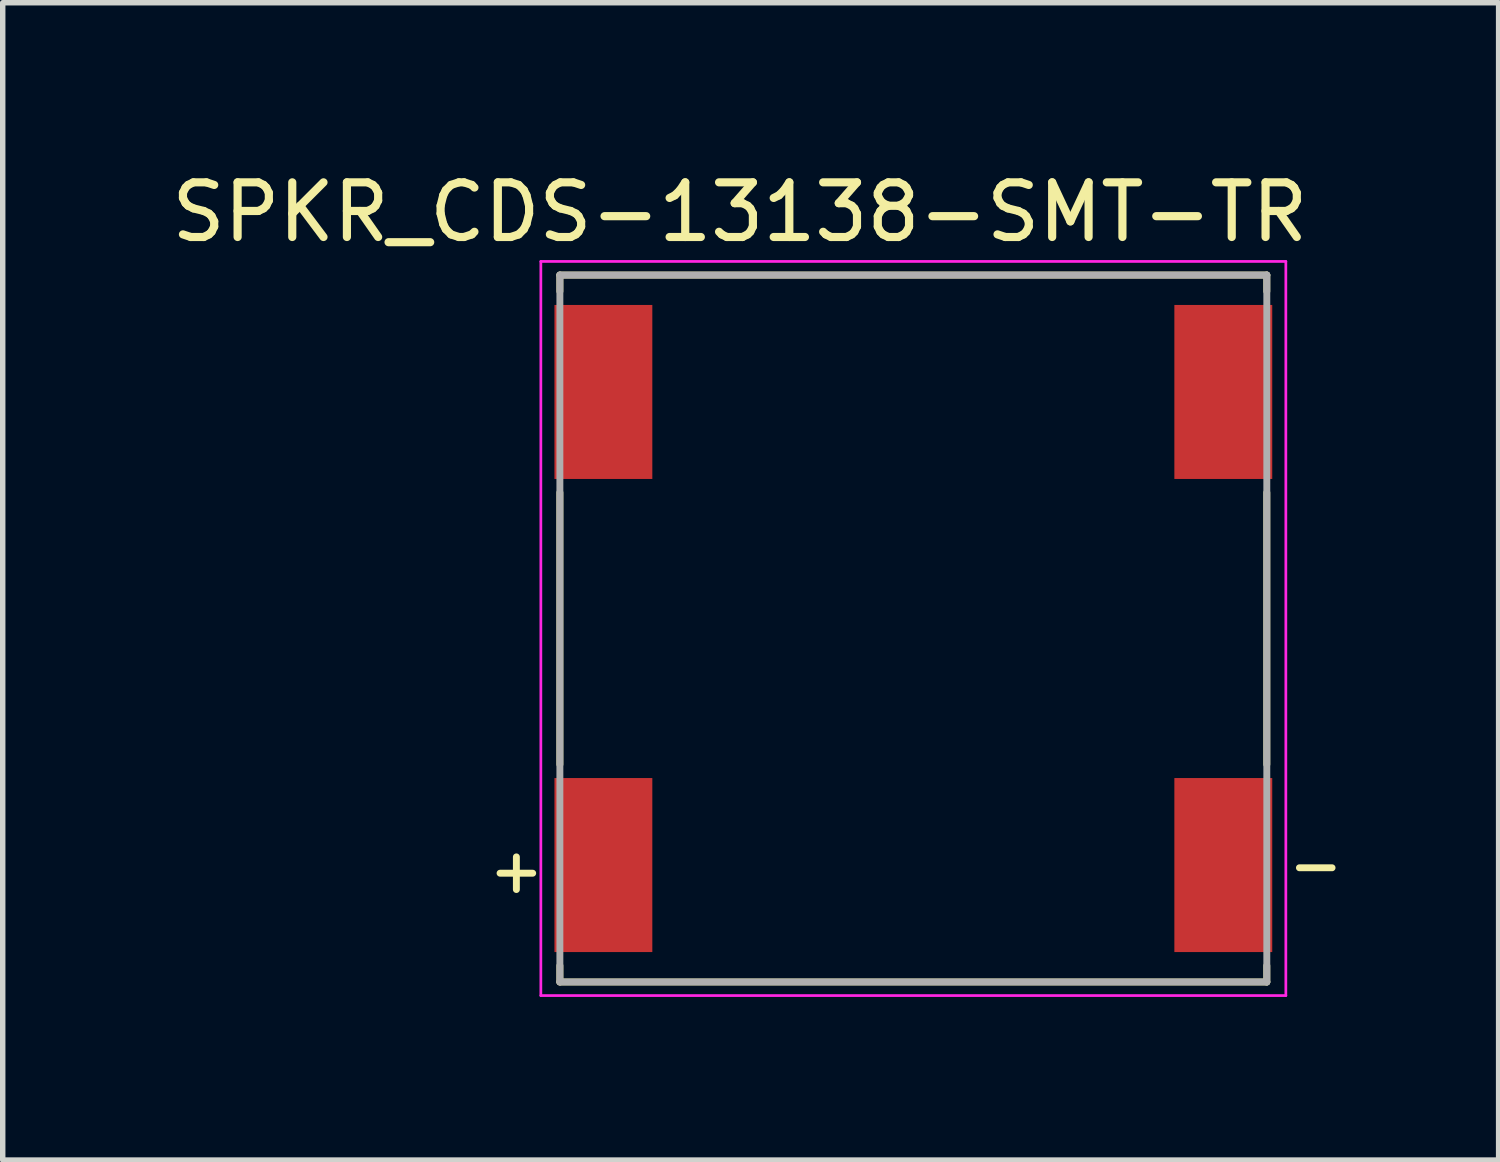
<source format=kicad_pcb>
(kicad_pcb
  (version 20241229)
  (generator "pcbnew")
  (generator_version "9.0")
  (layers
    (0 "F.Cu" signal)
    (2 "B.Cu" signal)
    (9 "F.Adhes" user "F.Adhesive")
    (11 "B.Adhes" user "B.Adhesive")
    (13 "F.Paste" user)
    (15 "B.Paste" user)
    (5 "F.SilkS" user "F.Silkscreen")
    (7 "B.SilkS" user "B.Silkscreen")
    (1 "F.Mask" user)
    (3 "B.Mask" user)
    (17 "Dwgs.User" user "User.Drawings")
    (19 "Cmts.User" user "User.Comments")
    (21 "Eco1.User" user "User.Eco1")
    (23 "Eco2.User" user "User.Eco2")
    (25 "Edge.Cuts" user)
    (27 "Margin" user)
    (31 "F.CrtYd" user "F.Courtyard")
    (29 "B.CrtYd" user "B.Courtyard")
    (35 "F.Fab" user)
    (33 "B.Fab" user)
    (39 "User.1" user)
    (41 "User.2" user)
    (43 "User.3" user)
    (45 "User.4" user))
  (footprint "SPKR_CDS-13138-SMT-TR"
    (layer "F.Cu")
    (at 13.746 8.508)
    (property "Reference" "SPKR_CDS-13138-SMT-TR" (at -3.19 -7.657 0) (layer "F.SilkS") (effects (font (size 1.005 1.005) (thickness 0.15))))
    (attr through_hole)
    (fp_line (start -7.6 4.5) (end -7 4.5) (stroke (width 0.127) (type solid)) (layer "F.SilkS"))
    (fp_line (start -7.3 4.2) (end -7.3 4.8) (stroke (width 0.127) (type solid)) (layer "F.SilkS"))
    (fp_line (start -6.5 -6.5) (end 6.5 -6.5) (stroke (width 0.127) (type solid)) (layer "F.SilkS"))
    (fp_line (start -6.5 -6.2) (end -6.5 -6.5) (stroke (width 0.127) (type solid)) (layer "F.SilkS"))
    (fp_line (start -6.5 2.5) (end -6.5 -2.5) (stroke (width 0.127) (type solid)) (layer "F.SilkS"))
    (fp_line (start -6.5 6.5) (end -6.5 6.2) (stroke (width 0.127) (type solid)) (layer "F.SilkS"))
    (fp_line (start 6.5 -6.5) (end 6.5 -6.2) (stroke (width 0.127) (type solid)) (layer "F.SilkS"))
    (fp_line (start 6.5 -2.5) (end 6.5 2.5) (stroke (width 0.127) (type solid)) (layer "F.SilkS"))
    (fp_line (start 6.5 6.2) (end 6.5 6.5) (stroke (width 0.127) (type solid)) (layer "F.SilkS"))
    (fp_line (start 6.5 6.5) (end -6.5 6.5) (stroke (width 0.127) (type solid)) (layer "F.SilkS"))
    (fp_line (start 7.1 4.4) (end 7.7 4.4) (stroke (width 0.127) (type solid)) (layer "F.SilkS"))
    (fp_line (start -6.85 -6.75) (end 6.85 -6.75) (stroke (width 0.05) (type solid)) (layer "F.CrtYd"))
    (fp_line (start -6.85 6.75) (end -6.85 -6.75) (stroke (width 0.05) (type solid)) (layer "F.CrtYd"))
    (fp_line (start 6.85 -6.75) (end 6.85 6.75) (stroke (width 0.05) (type solid)) (layer "F.CrtYd"))
    (fp_line (start 6.85 6.75) (end -6.85 6.75) (stroke (width 0.05) (type solid)) (layer "F.CrtYd"))
    (fp_line (start -6.5 -6.5) (end 6.5 -6.5) (stroke (width 0.127) (type solid)) (layer "F.Fab"))
    (fp_line (start -6.5 6.5) (end -6.5 -6.5) (stroke (width 0.127) (type solid)) (layer "F.Fab"))
    (fp_line (start 6.5 -6.5) (end 6.5 6.5) (stroke (width 0.127) (type solid)) (layer "F.Fab"))
    (fp_line (start 6.5 6.5) (end -6.5 6.5) (stroke (width 0.127) (type solid)) (layer "F.Fab"))
    (pad "1" smd rect (at -5.7 4.35) (size 1.8 3.2) (layers "F.Cu" "F.Mask" "F.Paste"))
    (pad "2" smd rect (at 5.7 4.35) (size 1.8 3.2) (layers "F.Cu" "F.Mask" "F.Paste"))
    (pad "DL1" smd rect (at -5.7 -4.35) (size 1.8 3.2) (layers "F.Cu" "F.Mask" "F.Paste"))
    (pad "DL2" smd rect (at 5.7 -4.35) (size 1.8 3.2) (layers "F.Cu" "F.Mask" "F.Paste")))
  (gr_rect
    (start -3 -3)
    (end 24.509 18.283)
    (stroke (width 0.1) (type default))
    (fill no)
    (layer "Edge.Cuts")))
</source>
